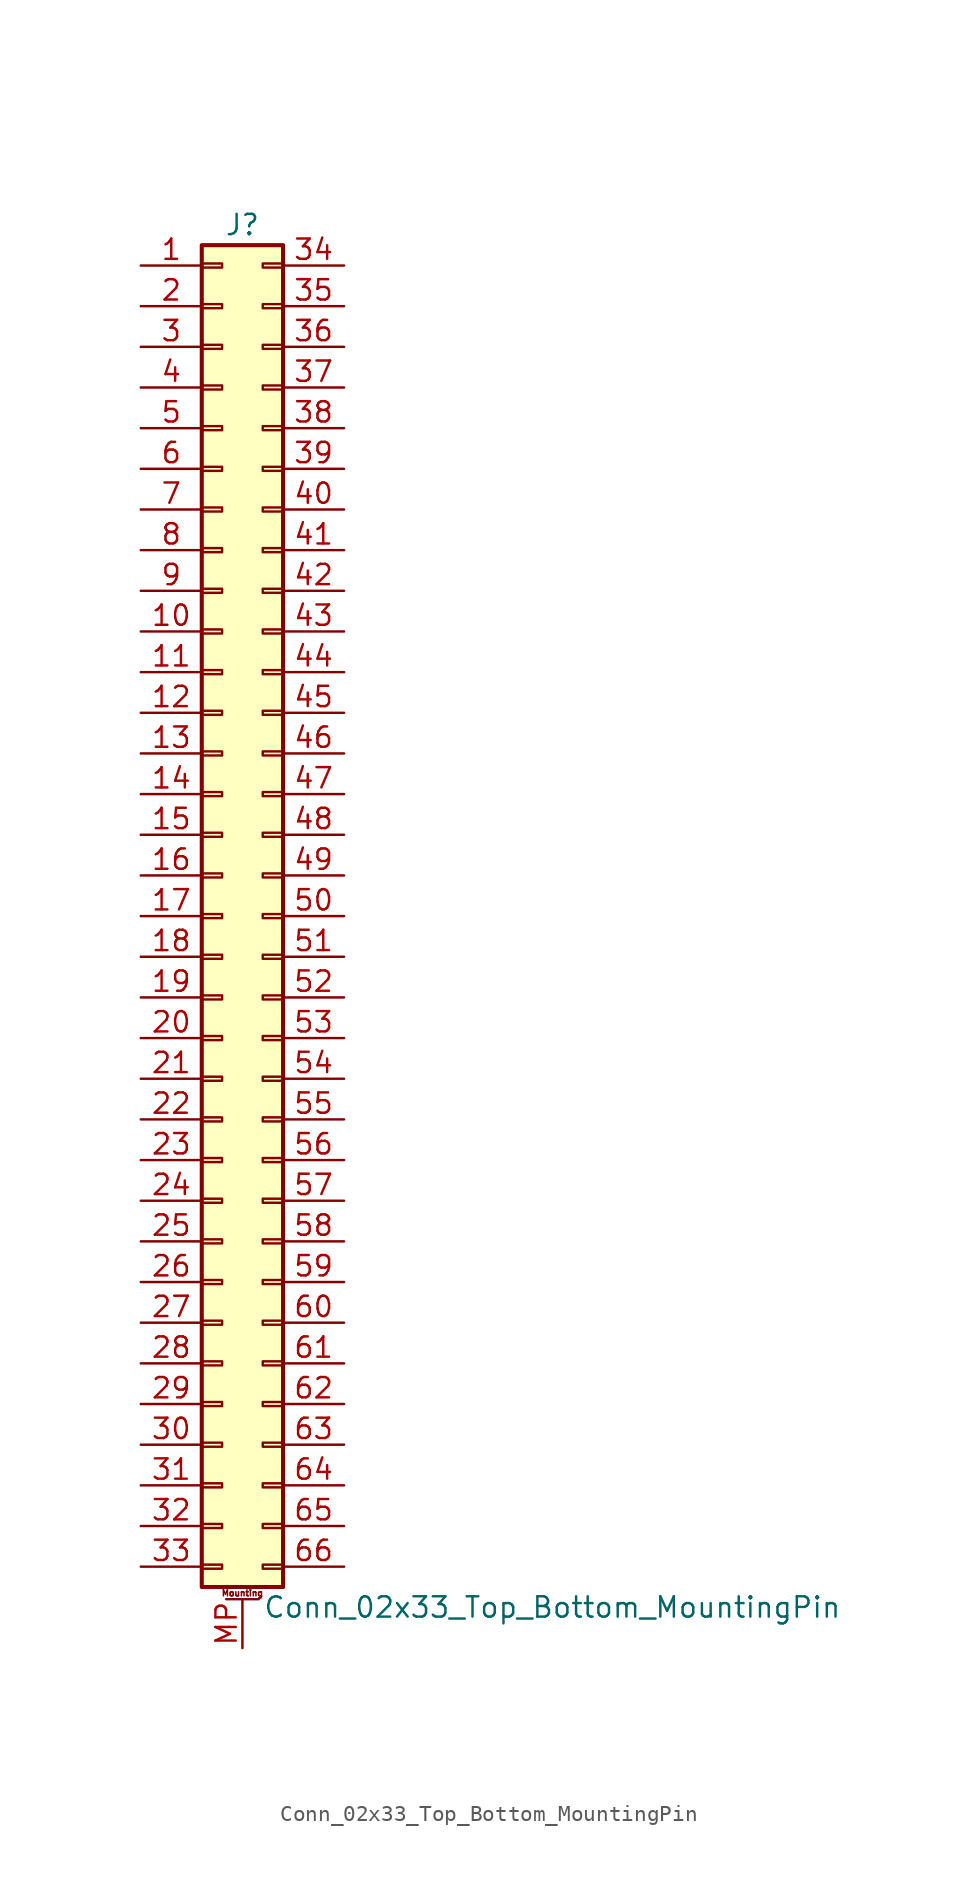
<source format=kicad_sym>
(kicad_symbol_lib
  (version 20201005)
  (generator kicad_symbol_editor)
  (symbol "Connector_Generic_MountingPin:Conn_02x33_Top_Bottom_MountingPin"
    (pin_names
      (offset 1.016) hide)
    (property "Reference" "J"
      (at 1.27 43.18 0)
      (effects (font (size 1.27 1.27))))
    (property "Value" "Conn_02x33_Top_Bottom_MountingPin"
      (at 2.54 -43.18 0)
      (effects (font (size 1.27 1.27)) (justify left)))
    (symbol "Conn_02x33_Top_Bottom_MountingPin_1_1"
      (text "Mounting" (at 1.27 -42.291 0) (effects (font (size 0.381 0.381))))
      (rectangle (start -1.27 -27.813) (end 0 -28.067) (stroke (width 0.152)) (fill (type none)))
      (rectangle (start -1.27 -30.353) (end 0 -30.607) (stroke (width 0.152)) (fill (type none)))
      (rectangle (start -1.27 -32.893) (end 0 -33.147) (stroke (width 0.152)) (fill (type none)))
      (rectangle (start -1.27 -35.433) (end 0 -35.687) (stroke (width 0.152)) (fill (type none)))
      (rectangle (start -1.27 -37.973) (end 0 -38.227) (stroke (width 0.152)) (fill (type none)))
      (rectangle (start -1.27 -40.513) (end 0 -40.767) (stroke (width 0.152)) (fill (type none)))
      (rectangle (start -1.27 -4.953) (end 0 -5.207) (stroke (width 0.152)) (fill (type none)))
      (rectangle (start -1.27 -7.493) (end 0 -7.747) (stroke (width 0.152)) (fill (type none)))
      (rectangle (start -1.27 -10.033) (end 0 -10.287) (stroke (width 0.152)) (fill (type none)))
      (rectangle (start -1.27 -12.573) (end 0 -12.827) (stroke (width 0.152)) (fill (type none)))
      (rectangle (start -1.27 -15.113) (end 0 -15.367) (stroke (width 0.152)) (fill (type none)))
      (rectangle (start -1.27 -17.653) (end 0 -17.907) (stroke (width 0.152)) (fill (type none)))
      (rectangle (start -1.27 -20.193) (end 0 -20.447) (stroke (width 0.152)) (fill (type none)))
      (rectangle (start -1.27 -22.733) (end 0 -22.987) (stroke (width 0.152)) (fill (type none)))
      (rectangle (start -1.27 -2.413) (end 0 -2.667) (stroke (width 0.152)) (fill (type none)))
      (rectangle (start -1.27 -25.273) (end 0 -25.527) (stroke (width 0.152)) (fill (type none)))
      (rectangle (start -1.27 25.527) (end 0 25.273) (stroke (width 0.152)) (fill (type none)))
      (rectangle (start -1.27 2.667) (end 0 2.413) (stroke (width 0.152)) (fill (type none)))
      (rectangle (start -1.27 28.067) (end 0 27.813) (stroke (width 0.152)) (fill (type none)))
      (rectangle (start -1.27 30.607) (end 0 30.353) (stroke (width 0.152)) (fill (type none)))
      (rectangle (start -1.27 33.147) (end 0 32.893) (stroke (width 0.152)) (fill (type none)))
      (rectangle (start -1.27 35.687) (end 0 35.433) (stroke (width 0.152)) (fill (type none)))
      (rectangle (start -1.27 38.227) (end 0 37.973) (stroke (width 0.152)) (fill (type none)))
      (rectangle (start -1.27 40.767) (end 0 40.513) (stroke (width 0.152)) (fill (type none)))
      (rectangle (start -1.27 41.91) (end 3.81 -41.91) (stroke (width 0.254)) (fill (type background)))
      (rectangle (start -1.27 5.207) (end 0 4.953) (stroke (width 0.152)) (fill (type none)))
      (rectangle (start -1.27 7.747) (end 0 7.493) (stroke (width 0.152)) (fill (type none)))
      (rectangle (start -1.27 10.287) (end 0 10.033) (stroke (width 0.152)) (fill (type none)))
      (rectangle (start -1.27 0.127) (end 0 -0.127) (stroke (width 0.152)) (fill (type none)))
      (rectangle (start -1.27 12.827) (end 0 12.573) (stroke (width 0.152)) (fill (type none)))
      (rectangle (start -1.27 15.367) (end 0 15.113) (stroke (width 0.152)) (fill (type none)))
      (rectangle (start -1.27 17.907) (end 0 17.653) (stroke (width 0.152)) (fill (type none)))
      (rectangle (start -1.27 20.447) (end 0 20.193) (stroke (width 0.152)) (fill (type none)))
      (rectangle (start -1.27 22.987) (end 0 22.733) (stroke (width 0.152)) (fill (type none)))
      (rectangle (start 3.81 -27.813) (end 2.54 -28.067) (stroke (width 0.152)) (fill (type none)))
      (rectangle (start 3.81 -30.353) (end 2.54 -30.607) (stroke (width 0.152)) (fill (type none)))
      (rectangle (start 3.81 -32.893) (end 2.54 -33.147) (stroke (width 0.152)) (fill (type none)))
      (rectangle (start 3.81 -35.433) (end 2.54 -35.687) (stroke (width 0.152)) (fill (type none)))
      (rectangle (start 3.81 -37.973) (end 2.54 -38.227) (stroke (width 0.152)) (fill (type none)))
      (rectangle (start 3.81 -40.513) (end 2.54 -40.767) (stroke (width 0.152)) (fill (type none)))
      (rectangle (start 3.81 -4.953) (end 2.54 -5.207) (stroke (width 0.152)) (fill (type none)))
      (rectangle (start 3.81 -7.493) (end 2.54 -7.747) (stroke (width 0.152)) (fill (type none)))
      (rectangle (start 3.81 -10.033) (end 2.54 -10.287) (stroke (width 0.152)) (fill (type none)))
      (rectangle (start 3.81 -12.573) (end 2.54 -12.827) (stroke (width 0.152)) (fill (type none)))
      (rectangle (start 3.81 -15.113) (end 2.54 -15.367) (stroke (width 0.152)) (fill (type none)))
      (rectangle (start 3.81 -17.653) (end 2.54 -17.907) (stroke (width 0.152)) (fill (type none)))
      (rectangle (start 3.81 -20.193) (end 2.54 -20.447) (stroke (width 0.152)) (fill (type none)))
      (rectangle (start 3.81 -22.733) (end 2.54 -22.987) (stroke (width 0.152)) (fill (type none)))
      (rectangle (start 3.81 -2.413) (end 2.54 -2.667) (stroke (width 0.152)) (fill (type none)))
      (rectangle (start 3.81 -25.273) (end 2.54 -25.527) (stroke (width 0.152)) (fill (type none)))
      (rectangle (start 3.81 25.527) (end 2.54 25.273) (stroke (width 0.152)) (fill (type none)))
      (rectangle (start 3.81 2.667) (end 2.54 2.413) (stroke (width 0.152)) (fill (type none)))
      (rectangle (start 3.81 28.067) (end 2.54 27.813) (stroke (width 0.152)) (fill (type none)))
      (rectangle (start 3.81 30.607) (end 2.54 30.353) (stroke (width 0.152)) (fill (type none)))
      (rectangle (start 3.81 33.147) (end 2.54 32.893) (stroke (width 0.152)) (fill (type none)))
      (rectangle (start 3.81 35.687) (end 2.54 35.433) (stroke (width 0.152)) (fill (type none)))
      (rectangle (start 3.81 38.227) (end 2.54 37.973) (stroke (width 0.152)) (fill (type none)))
      (rectangle (start 3.81 40.767) (end 2.54 40.513) (stroke (width 0.152)) (fill (type none)))
      (rectangle (start 3.81 5.207) (end 2.54 4.953) (stroke (width 0.152)) (fill (type none)))
      (rectangle (start 3.81 7.747) (end 2.54 7.493) (stroke (width 0.152)) (fill (type none)))
      (rectangle (start 3.81 10.287) (end 2.54 10.033) (stroke (width 0.152)) (fill (type none)))
      (rectangle (start 3.81 0.127) (end 2.54 -0.127) (stroke (width 0.152)) (fill (type none)))
      (rectangle (start 3.81 12.827) (end 2.54 12.573) (stroke (width 0.152)) (fill (type none)))
      (rectangle (start 3.81 15.367) (end 2.54 15.113) (stroke (width 0.152)) (fill (type none)))
      (rectangle (start 3.81 17.907) (end 2.54 17.653) (stroke (width 0.152)) (fill (type none)))
      (rectangle (start 3.81 20.447) (end 2.54 20.193) (stroke (width 0.152)) (fill (type none)))
      (rectangle (start 3.81 22.987) (end 2.54 22.733) (stroke (width 0.152)) (fill (type none)))
      (polyline (pts (xy 0.254 -42.672) (xy 2.286 -42.672)) (stroke (width 0.152)) (fill (type none)))
      (pin passive line (at 1.27 -45.72 90) (length 3.048) (name "MountPin" (effects (font (size 1.27 1.27)))) (number "MP" (effects (font (size 1.27 1.27)))))
      (pin passive line (at -5.08 40.64 0) (length 3.81) (name "Pin_1" (effects (font (size 1.27 1.27)))) (number "1" (effects (font (size 1.27 1.27)))))
      (pin passive line (at -5.08 17.78 0) (length 3.81) (name "Pin_10" (effects (font (size 1.27 1.27)))) (number "10" (effects (font (size 1.27 1.27)))))
      (pin passive line (at -5.08 15.24 0) (length 3.81) (name "Pin_11" (effects (font (size 1.27 1.27)))) (number "11" (effects (font (size 1.27 1.27)))))
      (pin passive line (at -5.08 12.7 0) (length 3.81) (name "Pin_12" (effects (font (size 1.27 1.27)))) (number "12" (effects (font (size 1.27 1.27)))))
      (pin passive line (at -5.08 10.16 0) (length 3.81) (name "Pin_13" (effects (font (size 1.27 1.27)))) (number "13" (effects (font (size 1.27 1.27)))))
      (pin passive line (at -5.08 7.62 0) (length 3.81) (name "Pin_14" (effects (font (size 1.27 1.27)))) (number "14" (effects (font (size 1.27 1.27)))))
      (pin passive line (at -5.08 5.08 0) (length 3.81) (name "Pin_15" (effects (font (size 1.27 1.27)))) (number "15" (effects (font (size 1.27 1.27)))))
      (pin passive line (at -5.08 2.54 0) (length 3.81) (name "Pin_16" (effects (font (size 1.27 1.27)))) (number "16" (effects (font (size 1.27 1.27)))))
      (pin passive line (at -5.08 0 0) (length 3.81) (name "Pin_17" (effects (font (size 1.27 1.27)))) (number "17" (effects (font (size 1.27 1.27)))))
      (pin passive line (at -5.08 -2.54 0) (length 3.81) (name "Pin_18" (effects (font (size 1.27 1.27)))) (number "18" (effects (font (size 1.27 1.27)))))
      (pin passive line (at -5.08 -5.08 0) (length 3.81) (name "Pin_19" (effects (font (size 1.27 1.27)))) (number "19" (effects (font (size 1.27 1.27)))))
      (pin passive line (at -5.08 38.1 0) (length 3.81) (name "Pin_2" (effects (font (size 1.27 1.27)))) (number "2" (effects (font (size 1.27 1.27)))))
      (pin passive line (at -5.08 -7.62 0) (length 3.81) (name "Pin_20" (effects (font (size 1.27 1.27)))) (number "20" (effects (font (size 1.27 1.27)))))
      (pin passive line (at -5.08 -10.16 0) (length 3.81) (name "Pin_21" (effects (font (size 1.27 1.27)))) (number "21" (effects (font (size 1.27 1.27)))))
      (pin passive line (at -5.08 -12.7 0) (length 3.81) (name "Pin_22" (effects (font (size 1.27 1.27)))) (number "22" (effects (font (size 1.27 1.27)))))
      (pin passive line (at -5.08 -15.24 0) (length 3.81) (name "Pin_23" (effects (font (size 1.27 1.27)))) (number "23" (effects (font (size 1.27 1.27)))))
      (pin passive line (at -5.08 -17.78 0) (length 3.81) (name "Pin_24" (effects (font (size 1.27 1.27)))) (number "24" (effects (font (size 1.27 1.27)))))
      (pin passive line (at -5.08 -20.32 0) (length 3.81) (name "Pin_25" (effects (font (size 1.27 1.27)))) (number "25" (effects (font (size 1.27 1.27)))))
      (pin passive line (at -5.08 -22.86 0) (length 3.81) (name "Pin_26" (effects (font (size 1.27 1.27)))) (number "26" (effects (font (size 1.27 1.27)))))
      (pin passive line (at -5.08 -25.4 0) (length 3.81) (name "Pin_27" (effects (font (size 1.27 1.27)))) (number "27" (effects (font (size 1.27 1.27)))))
      (pin passive line (at -5.08 -27.94 0) (length 3.81) (name "Pin_28" (effects (font (size 1.27 1.27)))) (number "28" (effects (font (size 1.27 1.27)))))
      (pin passive line (at -5.08 -30.48 0) (length 3.81) (name "Pin_29" (effects (font (size 1.27 1.27)))) (number "29" (effects (font (size 1.27 1.27)))))
      (pin passive line (at -5.08 35.56 0) (length 3.81) (name "Pin_3" (effects (font (size 1.27 1.27)))) (number "3" (effects (font (size 1.27 1.27)))))
      (pin passive line (at -5.08 -33.02 0) (length 3.81) (name "Pin_30" (effects (font (size 1.27 1.27)))) (number "30" (effects (font (size 1.27 1.27)))))
      (pin passive line (at -5.08 -35.56 0) (length 3.81) (name "Pin_31" (effects (font (size 1.27 1.27)))) (number "31" (effects (font (size 1.27 1.27)))))
      (pin passive line (at -5.08 -38.1 0) (length 3.81) (name "Pin_32" (effects (font (size 1.27 1.27)))) (number "32" (effects (font (size 1.27 1.27)))))
      (pin passive line (at -5.08 -40.64 0) (length 3.81) (name "Pin_33" (effects (font (size 1.27 1.27)))) (number "33" (effects (font (size 1.27 1.27)))))
      (pin passive line (at 7.62 40.64 180) (length 3.81) (name "Pin_34" (effects (font (size 1.27 1.27)))) (number "34" (effects (font (size 1.27 1.27)))))
      (pin passive line (at 7.62 38.1 180) (length 3.81) (name "Pin_35" (effects (font (size 1.27 1.27)))) (number "35" (effects (font (size 1.27 1.27)))))
      (pin passive line (at 7.62 35.56 180) (length 3.81) (name "Pin_36" (effects (font (size 1.27 1.27)))) (number "36" (effects (font (size 1.27 1.27)))))
      (pin passive line (at 7.62 33.02 180) (length 3.81) (name "Pin_37" (effects (font (size 1.27 1.27)))) (number "37" (effects (font (size 1.27 1.27)))))
      (pin passive line (at 7.62 30.48 180) (length 3.81) (name "Pin_38" (effects (font (size 1.27 1.27)))) (number "38" (effects (font (size 1.27 1.27)))))
      (pin passive line (at 7.62 27.94 180) (length 3.81) (name "Pin_39" (effects (font (size 1.27 1.27)))) (number "39" (effects (font (size 1.27 1.27)))))
      (pin passive line (at -5.08 33.02 0) (length 3.81) (name "Pin_4" (effects (font (size 1.27 1.27)))) (number "4" (effects (font (size 1.27 1.27)))))
      (pin passive line (at 7.62 25.4 180) (length 3.81) (name "Pin_40" (effects (font (size 1.27 1.27)))) (number "40" (effects (font (size 1.27 1.27)))))
      (pin passive line (at 7.62 22.86 180) (length 3.81) (name "Pin_41" (effects (font (size 1.27 1.27)))) (number "41" (effects (font (size 1.27 1.27)))))
      (pin passive line (at 7.62 20.32 180) (length 3.81) (name "Pin_42" (effects (font (size 1.27 1.27)))) (number "42" (effects (font (size 1.27 1.27)))))
      (pin passive line (at 7.62 17.78 180) (length 3.81) (name "Pin_43" (effects (font (size 1.27 1.27)))) (number "43" (effects (font (size 1.27 1.27)))))
      (pin passive line (at 7.62 15.24 180) (length 3.81) (name "Pin_44" (effects (font (size 1.27 1.27)))) (number "44" (effects (font (size 1.27 1.27)))))
      (pin passive line (at 7.62 12.7 180) (length 3.81) (name "Pin_45" (effects (font (size 1.27 1.27)))) (number "45" (effects (font (size 1.27 1.27)))))
      (pin passive line (at 7.62 10.16 180) (length 3.81) (name "Pin_46" (effects (font (size 1.27 1.27)))) (number "46" (effects (font (size 1.27 1.27)))))
      (pin passive line (at 7.62 7.62 180) (length 3.81) (name "Pin_47" (effects (font (size 1.27 1.27)))) (number "47" (effects (font (size 1.27 1.27)))))
      (pin passive line (at 7.62 5.08 180) (length 3.81) (name "Pin_48" (effects (font (size 1.27 1.27)))) (number "48" (effects (font (size 1.27 1.27)))))
      (pin passive line (at 7.62 2.54 180) (length 3.81) (name "Pin_49" (effects (font (size 1.27 1.27)))) (number "49" (effects (font (size 1.27 1.27)))))
      (pin passive line (at -5.08 30.48 0) (length 3.81) (name "Pin_5" (effects (font (size 1.27 1.27)))) (number "5" (effects (font (size 1.27 1.27)))))
      (pin passive line (at 7.62 0 180) (length 3.81) (name "Pin_50" (effects (font (size 1.27 1.27)))) (number "50" (effects (font (size 1.27 1.27)))))
      (pin passive line (at 7.62 -2.54 180) (length 3.81) (name "Pin_51" (effects (font (size 1.27 1.27)))) (number "51" (effects (font (size 1.27 1.27)))))
      (pin passive line (at 7.62 -5.08 180) (length 3.81) (name "Pin_52" (effects (font (size 1.27 1.27)))) (number "52" (effects (font (size 1.27 1.27)))))
      (pin passive line (at 7.62 -7.62 180) (length 3.81) (name "Pin_53" (effects (font (size 1.27 1.27)))) (number "53" (effects (font (size 1.27 1.27)))))
      (pin passive line (at 7.62 -10.16 180) (length 3.81) (name "Pin_54" (effects (font (size 1.27 1.27)))) (number "54" (effects (font (size 1.27 1.27)))))
      (pin passive line (at 7.62 -12.7 180) (length 3.81) (name "Pin_55" (effects (font (size 1.27 1.27)))) (number "55" (effects (font (size 1.27 1.27)))))
      (pin passive line (at 7.62 -15.24 180) (length 3.81) (name "Pin_56" (effects (font (size 1.27 1.27)))) (number "56" (effects (font (size 1.27 1.27)))))
      (pin passive line (at 7.62 -17.78 180) (length 3.81) (name "Pin_57" (effects (font (size 1.27 1.27)))) (number "57" (effects (font (size 1.27 1.27)))))
      (pin passive line (at 7.62 -20.32 180) (length 3.81) (name "Pin_58" (effects (font (size 1.27 1.27)))) (number "58" (effects (font (size 1.27 1.27)))))
      (pin passive line (at 7.62 -22.86 180) (length 3.81) (name "Pin_59" (effects (font (size 1.27 1.27)))) (number "59" (effects (font (size 1.27 1.27)))))
      (pin passive line (at -5.08 27.94 0) (length 3.81) (name "Pin_6" (effects (font (size 1.27 1.27)))) (number "6" (effects (font (size 1.27 1.27)))))
      (pin passive line (at 7.62 -25.4 180) (length 3.81) (name "Pin_60" (effects (font (size 1.27 1.27)))) (number "60" (effects (font (size 1.27 1.27)))))
      (pin passive line (at 7.62 -27.94 180) (length 3.81) (name "Pin_61" (effects (font (size 1.27 1.27)))) (number "61" (effects (font (size 1.27 1.27)))))
      (pin passive line (at 7.62 -30.48 180) (length 3.81) (name "Pin_62" (effects (font (size 1.27 1.27)))) (number "62" (effects (font (size 1.27 1.27)))))
      (pin passive line (at 7.62 -33.02 180) (length 3.81) (name "Pin_63" (effects (font (size 1.27 1.27)))) (number "63" (effects (font (size 1.27 1.27)))))
      (pin passive line (at 7.62 -35.56 180) (length 3.81) (name "Pin_64" (effects (font (size 1.27 1.27)))) (number "64" (effects (font (size 1.27 1.27)))))
      (pin passive line (at 7.62 -38.1 180) (length 3.81) (name "Pin_65" (effects (font (size 1.27 1.27)))) (number "65" (effects (font (size 1.27 1.27)))))
      (pin passive line (at 7.62 -40.64 180) (length 3.81) (name "Pin_66" (effects (font (size 1.27 1.27)))) (number "66" (effects (font (size 1.27 1.27)))))
      (pin passive line (at -5.08 25.4 0) (length 3.81) (name "Pin_7" (effects (font (size 1.27 1.27)))) (number "7" (effects (font (size 1.27 1.27)))))
      (pin passive line (at -5.08 22.86 0) (length 3.81) (name "Pin_8" (effects (font (size 1.27 1.27)))) (number "8" (effects (font (size 1.27 1.27)))))
      (pin passive line (at -5.08 20.32 0) (length 3.81) (name "Pin_9" (effects (font (size 1.27 1.27)))) (number "9" (effects (font (size 1.27 1.27))))))))
</source>
